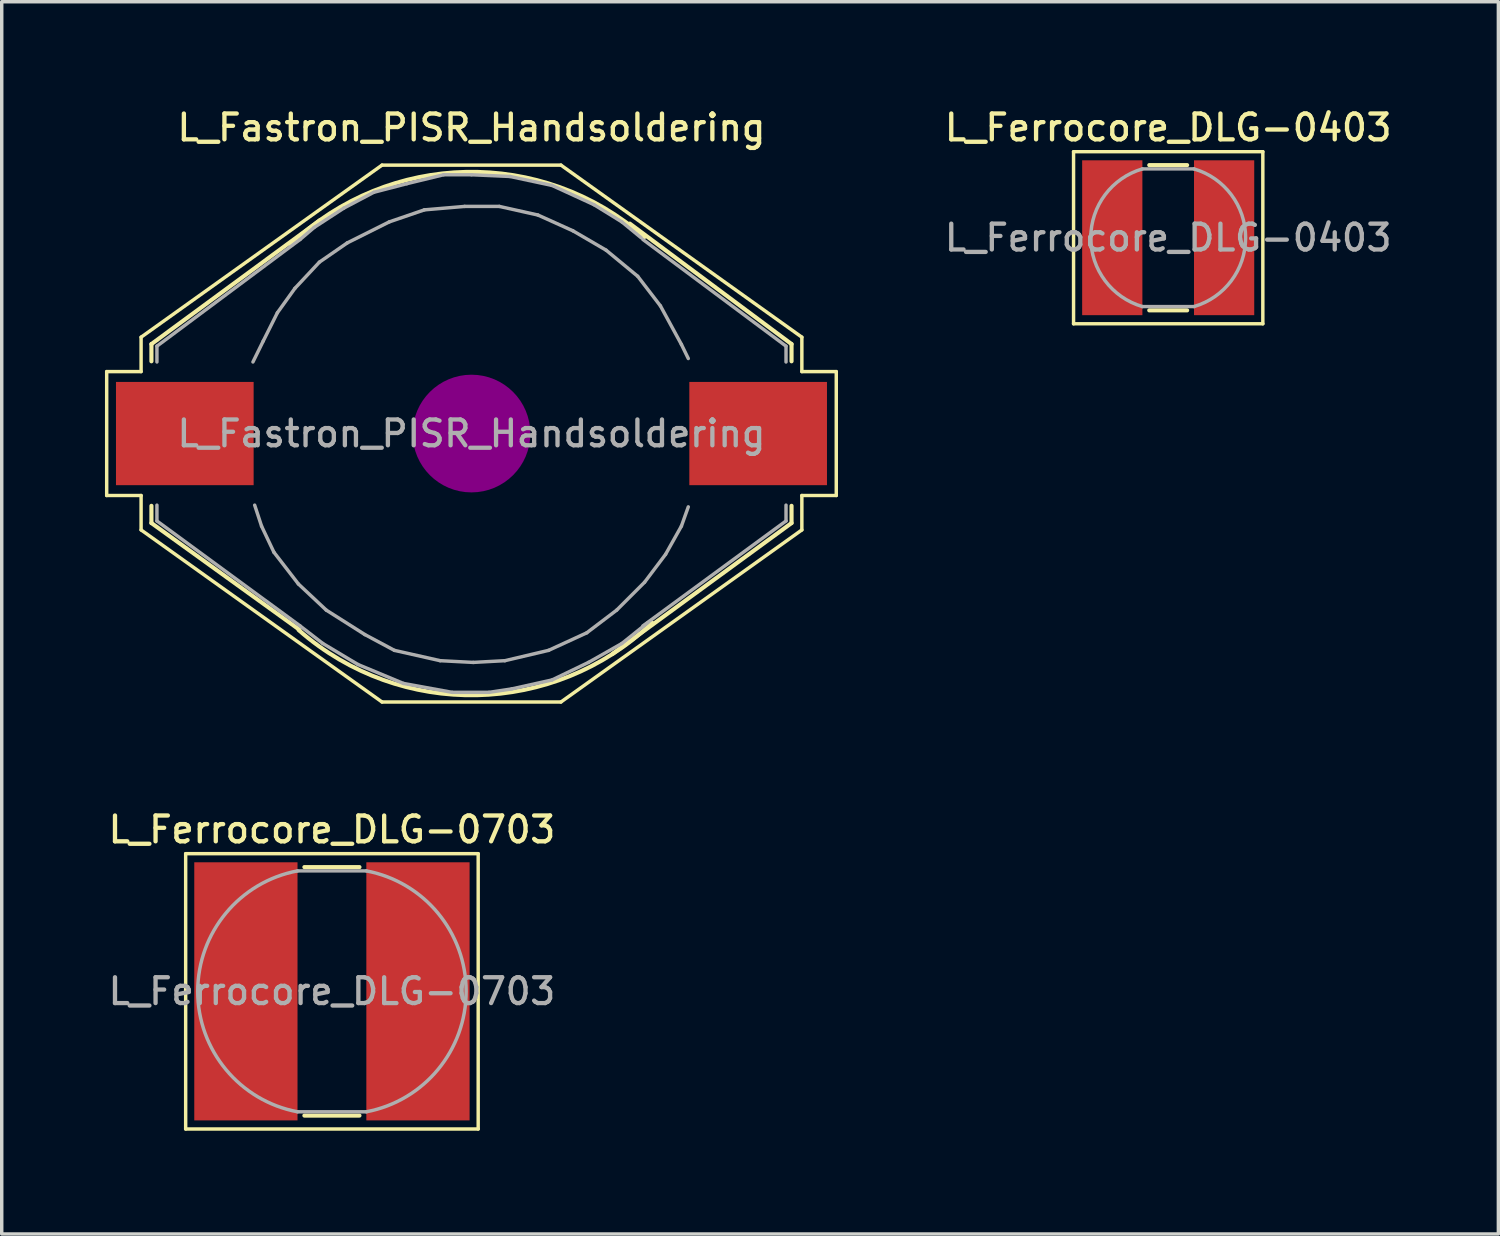
<source format=kicad_pcb>
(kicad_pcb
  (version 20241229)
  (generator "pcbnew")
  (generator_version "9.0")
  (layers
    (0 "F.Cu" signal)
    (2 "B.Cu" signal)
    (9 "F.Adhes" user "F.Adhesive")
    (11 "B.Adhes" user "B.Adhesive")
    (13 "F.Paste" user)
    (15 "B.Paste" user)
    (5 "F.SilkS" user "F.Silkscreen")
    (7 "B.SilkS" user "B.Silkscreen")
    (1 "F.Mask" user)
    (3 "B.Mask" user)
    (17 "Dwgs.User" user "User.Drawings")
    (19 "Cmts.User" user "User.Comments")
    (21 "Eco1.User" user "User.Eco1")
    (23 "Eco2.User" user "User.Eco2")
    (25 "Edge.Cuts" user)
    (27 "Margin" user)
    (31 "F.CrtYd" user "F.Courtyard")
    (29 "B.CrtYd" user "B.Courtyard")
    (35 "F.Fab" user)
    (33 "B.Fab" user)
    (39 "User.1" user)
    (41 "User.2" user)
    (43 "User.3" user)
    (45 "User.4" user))
  (footprint "L_Ferrocore_DLG-0703"
    (layer "F.Cu")
    (at 6.595 25.756)
    (property "Reference" "L_Ferrocore_DLG-0703" (at 0 -4.7 0) (layer "F.SilkS") (effects (font (size 0.75 0.75) (thickness 0.125))))
    (attr smd)
    (fp_line (start -4.25 -4) (end -4.25 4) (stroke (width 0.1) (type solid)) (layer "F.SilkS"))
    (fp_line (start -4.25 4) (end 4.25 4) (stroke (width 0.1) (type solid)) (layer "F.SilkS"))
    (fp_line (start -0.8 -3.61) (end 0.8 -3.61) (stroke (width 0.12) (type solid)) (layer "F.SilkS"))
    (fp_line (start -0.8 3.61) (end 0.8 3.61) (stroke (width 0.12) (type solid)) (layer "F.SilkS"))
    (fp_line (start 4.25 -4) (end -4.25 -4) (stroke (width 0.1) (type solid)) (layer "F.SilkS"))
    (fp_line (start 4.25 4) (end 4.25 -4) (stroke (width 0.1) (type solid)) (layer "F.SilkS"))
    (fp_line (start -1 -3.5) (end 1 -3.5) (stroke (width 0.1) (type solid)) (layer "F.Fab"))
    (fp_line (start -1 3.5) (end 1 3.5) (stroke (width 0.1) (type solid)) (layer "F.Fab"))
    (fp_arc (start -1 3.5) (mid -3.9 0) (end -1 -3.5) (stroke (width 0.1) (type solid)) (layer "F.Fab"))
    (fp_arc (start 1 -3.5) (mid 3.9 0) (end 1 3.5) (stroke (width 0.1) (type solid)) (layer "F.Fab"))
    (fp_text user "${REFERENCE}" (at 0 0 0) (layer "F.Fab") (effects (font (size 0.75 0.75) (thickness 0.125))))
    (pad "1" smd rect (at -2.5 0) (size 3 7.5) (layers "F.Cu" "F.Mask" "F.Paste"))
    (pad "2" smd rect (at 2.5 0) (size 3 7.5) (layers "F.Cu" "F.Mask" "F.Paste")))
  (footprint "L_Fastron_PISR_Handsoldering"
    (layer "F.Cu")
    (at 10.65 9.548)
    (property "Reference" "L_Fastron_PISR_Handsoldering" (at 0 -8.89 0) (layer "F.SilkS") (effects (font (size 0.75 0.75) (thickness 0.125))))
    (attr smd)
    (fp_line (start -10.6 -1.8) (end -9.6 -1.8) (stroke (width 0.1) (type solid)) (layer "F.SilkS"))
    (fp_line (start -10.6 1.8) (end -10.6 -1.8) (stroke (width 0.1) (type solid)) (layer "F.SilkS"))
    (fp_line (start -9.6 -2.8) (end -2.6 -7.8) (stroke (width 0.1) (type solid)) (layer "F.SilkS"))
    (fp_line (start -9.6 -1.8) (end -9.6 -2.8) (stroke (width 0.1) (type solid)) (layer "F.SilkS"))
    (fp_line (start -9.6 1.8) (end -10.6 1.8) (stroke (width 0.1) (type solid)) (layer "F.SilkS"))
    (fp_line (start -9.6 2.8) (end -9.6 1.8) (stroke (width 0.1) (type solid)) (layer "F.SilkS"))
    (fp_line (start -9.3 -2.6) (end -9.3 -2.1) (stroke (width 0.12) (type solid)) (layer "F.SilkS"))
    (fp_line (start -9.3 -2.6) (end -4.4 -6.2) (stroke (width 0.12) (type solid)) (layer "F.SilkS"))
    (fp_line (start -9.3 2.6) (end -9.3 2.1) (stroke (width 0.12) (type solid)) (layer "F.SilkS"))
    (fp_line (start -5 5.7) (end -9.3 2.6) (stroke (width 0.12) (type solid)) (layer "F.SilkS"))
    (fp_line (start -2.6 -7.8) (end 2.6 -7.8) (stroke (width 0.1) (type solid)) (layer "F.SilkS"))
    (fp_line (start -2.6 7.8) (end -9.6 2.8) (stroke (width 0.1) (type solid)) (layer "F.SilkS"))
    (fp_line (start 2.6 -7.8) (end 9.6 -2.8) (stroke (width 0.1) (type solid)) (layer "F.SilkS"))
    (fp_line (start 2.6 7.8) (end -2.6 7.8) (stroke (width 0.1) (type solid)) (layer "F.SilkS"))
    (fp_line (start 4.1 6.4) (end 9.3 2.6) (stroke (width 0.12) (type solid)) (layer "F.SilkS"))
    (fp_line (start 4.6 -6.1) (end 9.3 -2.6) (stroke (width 0.12) (type solid)) (layer "F.SilkS"))
    (fp_line (start 9.3 -2.6) (end 9.3 -2.1) (stroke (width 0.12) (type solid)) (layer "F.SilkS"))
    (fp_line (start 9.3 2.6) (end 9.3 2.1) (stroke (width 0.12) (type solid)) (layer "F.SilkS"))
    (fp_line (start 9.6 -2.8) (end 9.6 -1.8) (stroke (width 0.1) (type solid)) (layer "F.SilkS"))
    (fp_line (start 9.6 -1.8) (end 10.6 -1.8) (stroke (width 0.1) (type solid)) (layer "F.SilkS"))
    (fp_line (start 9.6 1.8) (end 9.6 2.8) (stroke (width 0.1) (type solid)) (layer "F.SilkS"))
    (fp_line (start 9.6 2.8) (end 2.6 7.8) (stroke (width 0.1) (type solid)) (layer "F.SilkS"))
    (fp_line (start 10.6 -1.8) (end 10.6 1.8) (stroke (width 0.1) (type solid)) (layer "F.SilkS"))
    (fp_line (start 10.6 1.8) (end 9.6 1.8) (stroke (width 0.1) (type solid)) (layer "F.SilkS"))
    (fp_arc (start -5.25 -5.5) (mid -0.15496 -7.601874) (end 5.021503 -5.709379) (stroke (width 0.12) (type solid)) (layer "F.SilkS"))
    (fp_arc (start 5.25 5.5) (mid 0.15496 7.601874) (end -5.021503 5.709379) (stroke (width 0.12) (type solid)) (layer "F.SilkS"))
    (fp_line (start 0 -0.25) (end 0 0.25) (stroke (width 0.38) (type solid)) (layer "F.Adhes"))
    (fp_circle (center 0 0) (end 0 0.25) (stroke (width 0.38) (type solid)) (fill no) (layer "F.Adhes"))
    (fp_circle (center 0 0) (end 0 0.51) (stroke (width 0.38) (type solid)) (fill no) (layer "F.Adhes"))
    (fp_circle (center 0 0) (end 0 0.76) (stroke (width 0.38) (type solid)) (fill no) (layer "F.Adhes"))
    (fp_circle (center 0 0) (end 0 1.02) (stroke (width 0.38) (type solid)) (fill no) (layer "F.Adhes"))
    (fp_circle (center 0 0) (end 0 1.27) (stroke (width 0.38) (type solid)) (fill no) (layer "F.Adhes"))
    (fp_circle (center 0 0) (end 0 1.52) (stroke (width 0.38) (type solid)) (fill no) (layer "F.Adhes"))
    (fp_line (start -9.14 -2.54) (end -4.98 -5.64) (stroke (width 0.1) (type solid)) (layer "F.Fab"))
    (fp_line (start -9.14 -2.08) (end -9.14 -2.54) (stroke (width 0.1) (type solid)) (layer "F.Fab"))
    (fp_line (start -9.14 2.08) (end -9.14 2.54) (stroke (width 0.1) (type solid)) (layer "F.Fab"))
    (fp_line (start -9.14 2.54) (end -4.98 5.59) (stroke (width 0.1) (type solid)) (layer "F.Fab"))
    (fp_line (start -6.35 -2.08) (end -6.05 -2.69) (stroke (width 0.1) (type solid)) (layer "F.Fab"))
    (fp_line (start -6.3 2.08) (end -6.1 2.69) (stroke (width 0.1) (type solid)) (layer "F.Fab"))
    (fp_line (start -6.1 2.69) (end -5.74 3.45) (stroke (width 0.1) (type solid)) (layer "F.Fab"))
    (fp_line (start -6.05 -2.69) (end -5.64 -3.51) (stroke (width 0.1) (type solid)) (layer "F.Fab"))
    (fp_line (start -5.74 3.45) (end -5.03 4.37) (stroke (width 0.1) (type solid)) (layer "F.Fab"))
    (fp_line (start -5.64 -3.51) (end -5.13 -4.22) (stroke (width 0.1) (type solid)) (layer "F.Fab"))
    (fp_line (start -5.13 -4.22) (end -4.42 -4.98) (stroke (width 0.1) (type solid)) (layer "F.Fab"))
    (fp_line (start -5.03 4.37) (end -4.22 5.13) (stroke (width 0.1) (type solid)) (layer "F.Fab"))
    (fp_line (start -4.98 -5.64) (end -4.57 -5.99) (stroke (width 0.1) (type solid)) (layer "F.Fab"))
    (fp_line (start -4.98 5.59) (end -4.32 6.1) (stroke (width 0.1) (type solid)) (layer "F.Fab"))
    (fp_line (start -4.57 -5.99) (end -3.71 -6.55) (stroke (width 0.1) (type solid)) (layer "F.Fab"))
    (fp_line (start -4.42 -4.98) (end -3.61 -5.54) (stroke (width 0.1) (type solid)) (layer "F.Fab"))
    (fp_line (start -4.32 6.1) (end -3.3 6.71) (stroke (width 0.1) (type solid)) (layer "F.Fab"))
    (fp_line (start -4.22 5.13) (end -3.1 5.84) (stroke (width 0.1) (type solid)) (layer "F.Fab"))
    (fp_line (start -3.71 -6.55) (end -2.84 -7.01) (stroke (width 0.1) (type solid)) (layer "F.Fab"))
    (fp_line (start -3.61 -5.54) (end -2.39 -6.15) (stroke (width 0.1) (type solid)) (layer "F.Fab"))
    (fp_line (start -3.3 6.71) (end -1.98 7.26) (stroke (width 0.1) (type solid)) (layer "F.Fab"))
    (fp_line (start -3.1 5.84) (end -2.24 6.3) (stroke (width 0.1) (type solid)) (layer "F.Fab"))
    (fp_line (start -2.84 -7.01) (end -1.88 -7.26) (stroke (width 0.1) (type solid)) (layer "F.Fab"))
    (fp_line (start -2.39 -6.15) (end -1.37 -6.5) (stroke (width 0.1) (type solid)) (layer "F.Fab"))
    (fp_line (start -2.24 6.3) (end -0.91 6.6) (stroke (width 0.1) (type solid)) (layer "F.Fab"))
    (fp_line (start -1.98 7.26) (end -0.56 7.52) (stroke (width 0.1) (type solid)) (layer "F.Fab"))
    (fp_line (start -1.88 -7.26) (end -0.81 -7.52) (stroke (width 0.1) (type solid)) (layer "F.Fab"))
    (fp_line (start -1.37 -6.5) (end -0.2 -6.6) (stroke (width 0.1) (type solid)) (layer "F.Fab"))
    (fp_line (start -0.91 6.6) (end 0.05 6.65) (stroke (width 0.1) (type solid)) (layer "F.Fab"))
    (fp_line (start -0.81 -7.52) (end 0 -7.52) (stroke (width 0.1) (type solid)) (layer "F.Fab"))
    (fp_line (start -0.56 7.52) (end 0.51 7.52) (stroke (width 0.1) (type solid)) (layer "F.Fab"))
    (fp_line (start -0.2 -6.6) (end 0.81 -6.6) (stroke (width 0.1) (type solid)) (layer "F.Fab"))
    (fp_line (start 0 -7.52) (end 1.12 -7.47) (stroke (width 0.1) (type solid)) (layer "F.Fab"))
    (fp_line (start 0.05 6.65) (end 0.97 6.6) (stroke (width 0.1) (type solid)) (layer "F.Fab"))
    (fp_line (start 0.51 7.52) (end 1.17 7.42) (stroke (width 0.1) (type solid)) (layer "F.Fab"))
    (fp_line (start 0.81 -6.6) (end 1.93 -6.35) (stroke (width 0.1) (type solid)) (layer "F.Fab"))
    (fp_line (start 0.97 6.6) (end 2.24 6.3) (stroke (width 0.1) (type solid)) (layer "F.Fab"))
    (fp_line (start 1.12 -7.47) (end 2.34 -7.21) (stroke (width 0.1) (type solid)) (layer "F.Fab"))
    (fp_line (start 1.17 7.42) (end 2.34 7.16) (stroke (width 0.1) (type solid)) (layer "F.Fab"))
    (fp_line (start 1.93 -6.35) (end 2.95 -5.89) (stroke (width 0.1) (type solid)) (layer "F.Fab"))
    (fp_line (start 2.24 6.3) (end 3.35 5.79) (stroke (width 0.1) (type solid)) (layer "F.Fab"))
    (fp_line (start 2.34 -7.21) (end 3.56 -6.65) (stroke (width 0.1) (type solid)) (layer "F.Fab"))
    (fp_line (start 2.34 7.16) (end 3.4 6.65) (stroke (width 0.1) (type solid)) (layer "F.Fab"))
    (fp_line (start 2.95 -5.89) (end 3.91 -5.33) (stroke (width 0.1) (type solid)) (layer "F.Fab"))
    (fp_line (start 3.35 5.79) (end 4.22 5.13) (stroke (width 0.1) (type solid)) (layer "F.Fab"))
    (fp_line (start 3.4 6.65) (end 4.37 6.1) (stroke (width 0.1) (type solid)) (layer "F.Fab"))
    (fp_line (start 3.56 -6.65) (end 4.37 -6.15) (stroke (width 0.1) (type solid)) (layer "F.Fab"))
    (fp_line (start 3.91 -5.33) (end 4.83 -4.57) (stroke (width 0.1) (type solid)) (layer "F.Fab"))
    (fp_line (start 4.22 5.13) (end 5.03 4.32) (stroke (width 0.1) (type solid)) (layer "F.Fab"))
    (fp_line (start 4.37 -6.15) (end 4.93 -5.69) (stroke (width 0.1) (type solid)) (layer "F.Fab"))
    (fp_line (start 4.37 6.1) (end 5.13 5.49) (stroke (width 0.1) (type solid)) (layer "F.Fab"))
    (fp_line (start 4.83 -4.57) (end 5.49 -3.71) (stroke (width 0.1) (type solid)) (layer "F.Fab"))
    (fp_line (start 5.03 4.32) (end 5.64 3.51) (stroke (width 0.1) (type solid)) (layer "F.Fab"))
    (fp_line (start 5.49 -3.71) (end 6.1 -2.59) (stroke (width 0.1) (type solid)) (layer "F.Fab"))
    (fp_line (start 5.64 3.51) (end 6.1 2.69) (stroke (width 0.1) (type solid)) (layer "F.Fab"))
    (fp_line (start 6.1 -2.59) (end 6.3 -2.18) (stroke (width 0.1) (type solid)) (layer "F.Fab"))
    (fp_line (start 6.1 2.69) (end 6.3 2.13) (stroke (width 0.1) (type solid)) (layer "F.Fab"))
    (fp_line (start 9.14 -2.54) (end 4.98 -5.64) (stroke (width 0.1) (type solid)) (layer "F.Fab"))
    (fp_line (start 9.14 -2.08) (end 9.14 -2.54) (stroke (width 0.1) (type solid)) (layer "F.Fab"))
    (fp_line (start 9.14 2.08) (end 9.14 2.54) (stroke (width 0.1) (type solid)) (layer "F.Fab"))
    (fp_line (start 9.14 2.54) (end 4.98 5.59) (stroke (width 0.1) (type solid)) (layer "F.Fab"))
    (fp_text user "${REFERENCE}" (at 0 0 0) (layer "F.Fab") (effects (font (size 0.75 0.75) (thickness 0.125))))
    (pad "1" smd rect (at 8.33 0) (size 4 3) (layers "F.Cu" "F.Mask" "F.Paste"))
    (pad "2" smd rect (at -8.33 0) (size 4 3) (layers "F.Cu" "F.Mask" "F.Paste")))
  (footprint "L_Ferrocore_DLG-0403"
    (layer "F.Cu")
    (at 30.895 3.858)
    (property "Reference" "L_Ferrocore_DLG-0403" (at 0 -3.2 0) (layer "F.SilkS") (effects (font (size 0.75 0.75) (thickness 0.125))))
    (attr smd)
    (fp_line (start -2.75 -2.5) (end -2.75 2.5) (stroke (width 0.1) (type solid)) (layer "F.SilkS"))
    (fp_line (start -2.75 2.5) (end 2.75 2.5) (stroke (width 0.1) (type solid)) (layer "F.SilkS"))
    (fp_line (start -0.55 -2.11) (end 0.55 -2.11) (stroke (width 0.12) (type solid)) (layer "F.SilkS"))
    (fp_line (start -0.55 2.11) (end 0.55 2.11) (stroke (width 0.12) (type solid)) (layer "F.SilkS"))
    (fp_line (start 2.75 -2.5) (end -2.75 -2.5) (stroke (width 0.1) (type solid)) (layer "F.SilkS"))
    (fp_line (start 2.75 2.5) (end 2.75 -2.5) (stroke (width 0.1) (type solid)) (layer "F.SilkS"))
    (fp_line (start -0.75 -2) (end 0.75 -2) (stroke (width 0.1) (type solid)) (layer "F.Fab"))
    (fp_line (start -0.75 2) (end 0.75 2) (stroke (width 0.1) (type solid)) (layer "F.Fab"))
    (fp_arc (start -0.75 2) (mid -2.25 0) (end -0.75 -2) (stroke (width 0.1) (type solid)) (layer "F.Fab"))
    (fp_arc (start 0.75 -2) (mid 2.25 0) (end 0.75 2) (stroke (width 0.1) (type solid)) (layer "F.Fab"))
    (fp_text user "${REFERENCE}" (at 0 0 0) (layer "F.Fab") (effects (font (size 0.75 0.75) (thickness 0.125))))
    (pad "1" smd rect (at -1.625 0) (size 1.75 4.5) (layers "F.Cu" "F.Mask" "F.Paste"))
    (pad "2" smd rect (at 1.625 0) (size 1.75 4.5) (layers "F.Cu" "F.Mask" "F.Paste")))
  (gr_rect
    (start -3 -3)
    (end 40.489 32.806)
    (stroke (width 0.1) (type default))
    (fill no)
    (layer "Edge.Cuts")))
</source>
